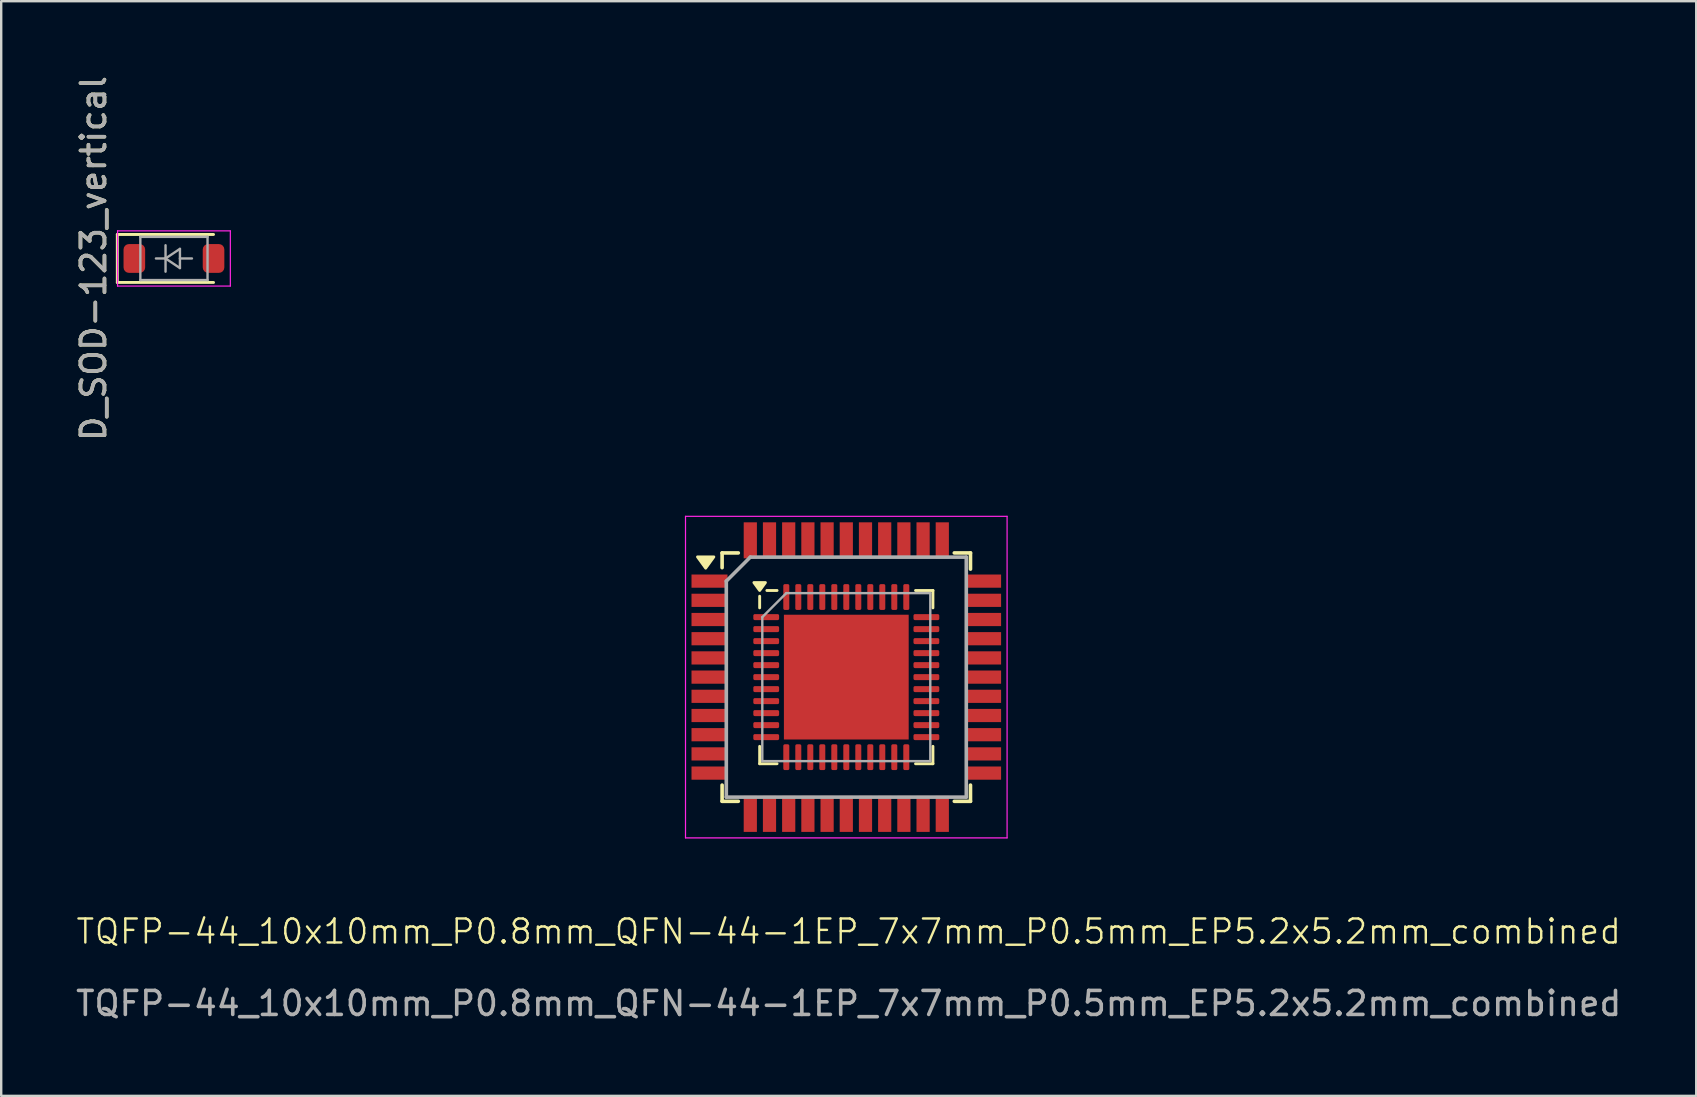
<source format=kicad_pcb>
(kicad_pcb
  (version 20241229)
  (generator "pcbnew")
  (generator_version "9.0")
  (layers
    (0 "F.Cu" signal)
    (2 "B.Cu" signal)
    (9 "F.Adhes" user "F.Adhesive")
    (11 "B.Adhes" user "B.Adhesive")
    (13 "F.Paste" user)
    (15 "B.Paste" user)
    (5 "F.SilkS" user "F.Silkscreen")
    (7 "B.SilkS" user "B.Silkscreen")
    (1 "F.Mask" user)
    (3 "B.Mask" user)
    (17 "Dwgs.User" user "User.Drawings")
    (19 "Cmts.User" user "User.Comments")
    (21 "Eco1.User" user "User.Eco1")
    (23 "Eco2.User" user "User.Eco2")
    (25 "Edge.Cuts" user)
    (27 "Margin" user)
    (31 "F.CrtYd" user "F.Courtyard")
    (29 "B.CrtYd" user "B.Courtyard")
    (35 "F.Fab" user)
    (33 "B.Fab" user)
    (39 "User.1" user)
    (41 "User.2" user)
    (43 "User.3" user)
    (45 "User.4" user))
  (footprint "D_SOD-123_vertical"
    (layer "F.Cu")
    (at 4.148 7.72)
    (property "Reference" "D_SOD-123_vertical" (at -3.3 0 270) (layer "F.SilkS") (effects (font (size 1 1) (thickness 0.15))))
    (attr smd)
    (fp_line (start -2.31 -1) (end -2.31 1) (stroke (width 0.12) (type solid)) (layer "F.SilkS"))
    (fp_line (start -2.31 -1) (end 1.7 -1) (stroke (width 0.12) (type solid)) (layer "F.SilkS"))
    (fp_line (start -2.31 1) (end 1.7 1) (stroke (width 0.12) (type solid)) (layer "F.SilkS"))
    (fp_line (start -2.3 -1.15) (end -2.3 1.15) (stroke (width 0.05) (type solid)) (layer "F.CrtYd"))
    (fp_line (start -2.3 -1.15) (end 2.4 -1.15) (stroke (width 0.05) (type solid)) (layer "F.CrtYd"))
    (fp_line (start 2.4 -1.15) (end 2.4 1.15) (stroke (width 0.05) (type solid)) (layer "F.CrtYd"))
    (fp_line (start 2.4 1.15) (end -2.3 1.15) (stroke (width 0.05) (type solid)) (layer "F.CrtYd"))
    (fp_line (start -1.35 -0.9) (end 1.45 -0.9) (stroke (width 0.1) (type solid)) (layer "F.Fab"))
    (fp_line (start -1.35 0.9) (end -1.35 -0.9) (stroke (width 0.1) (type solid)) (layer "F.Fab"))
    (fp_line (start -0.7 0) (end -0.3 0) (stroke (width 0.1) (type solid)) (layer "F.Fab"))
    (fp_line (start -0.3 0) (end -0.3 -0.55) (stroke (width 0.1) (type solid)) (layer "F.Fab"))
    (fp_line (start -0.3 0) (end -0.3 0.55) (stroke (width 0.1) (type solid)) (layer "F.Fab"))
    (fp_line (start -0.3 0) (end 0.3 -0.4) (stroke (width 0.1) (type solid)) (layer "F.Fab"))
    (fp_line (start 0.3 -0.4) (end 0.3 0.4) (stroke (width 0.1) (type solid)) (layer "F.Fab"))
    (fp_line (start 0.3 0) (end 0.8 0) (stroke (width 0.1) (type solid)) (layer "F.Fab"))
    (fp_line (start 0.3 0.4) (end -0.3 0) (stroke (width 0.1) (type solid)) (layer "F.Fab"))
    (fp_line (start 1.45 -0.9) (end 1.45 0.9) (stroke (width 0.1) (type solid)) (layer "F.Fab"))
    (fp_line (start 1.45 0.9) (end -1.35 0.9) (stroke (width 0.1) (type solid)) (layer "F.Fab"))
    (fp_text user "${REFERENCE}" (at -3.3 0 90) (layer "F.Fab") (effects (font (size 1 1) (thickness 0.15))))
    (pad "1" smd roundrect (at -1.6 0) (size 0.9 1.2) (layers "F.Cu" "F.Mask" "F.Paste") (roundrect_rratio 0.25))
    (pad "2" smd roundrect (at 1.7 0) (size 0.9 1.2) (layers "F.Cu" "F.Mask" "F.Paste") (roundrect_rratio 0.25)))
  (footprint "TQFP-44_10x10mm_P0.8mm_QFN-44-1EP_7x7mm_P0.5mm_EP5.2x5.2mm_combined"
    (layer "F.Cu")
    (at 32.215 25.165)
    (property "Reference" "TQFP-44_10x10mm_P0.8mm_QFN-44-1EP_7x7mm_P0.5mm_EP5.2x5.2mm_combined" (at 0.1 10.6 0) (unlocked yes) (layer "F.SilkS") (effects (font (size 1 1) (thickness 0.1))))
    (attr smd)
    (fp_line (start -5.175 -5.175) (end -5.175 -4.56) (stroke (width 0.15) (type solid)) (layer "F.SilkS"))
    (fp_line (start -5.175 -5.175) (end -4.5 -5.175) (stroke (width 0.15) (type solid)) (layer "F.SilkS"))
    (fp_line (start -5.175 5.175) (end -5.175 4.5) (stroke (width 0.15) (type solid)) (layer "F.SilkS"))
    (fp_line (start -5.175 5.175) (end -4.5 5.175) (stroke (width 0.15) (type solid)) (layer "F.SilkS"))
    (fp_line (start -3.61 -2.885) (end -3.61 -3.37) (stroke (width 0.12) (type solid)) (layer "F.SilkS"))
    (fp_line (start -3.61 3.61) (end -3.61 2.885) (stroke (width 0.12) (type solid)) (layer "F.SilkS"))
    (fp_line (start -2.885 -3.61) (end -3.31 -3.61) (stroke (width 0.12) (type solid)) (layer "F.SilkS"))
    (fp_line (start -2.885 3.61) (end -3.61 3.61) (stroke (width 0.12) (type solid)) (layer "F.SilkS"))
    (fp_line (start 2.885 -3.61) (end 3.61 -3.61) (stroke (width 0.12) (type solid)) (layer "F.SilkS"))
    (fp_line (start 2.885 3.61) (end 3.61 3.61) (stroke (width 0.12) (type solid)) (layer "F.SilkS"))
    (fp_line (start 3.61 -3.61) (end 3.61 -2.885) (stroke (width 0.12) (type solid)) (layer "F.SilkS"))
    (fp_line (start 3.61 3.61) (end 3.61 2.885) (stroke (width 0.12) (type solid)) (layer "F.SilkS"))
    (fp_line (start 5.175 -5.175) (end 4.5 -5.175) (stroke (width 0.15) (type solid)) (layer "F.SilkS"))
    (fp_line (start 5.175 -5.175) (end 5.175 -4.5) (stroke (width 0.15) (type solid)) (layer "F.SilkS"))
    (fp_line (start 5.175 5.175) (end 4.5 5.175) (stroke (width 0.15) (type solid)) (layer "F.SilkS"))
    (fp_line (start 5.175 5.175) (end 5.175 4.5) (stroke (width 0.15) (type solid)) (layer "F.SilkS"))
    (fp_poly (pts (xy -5.86 -4.54) (xy -6.2 -5.01) (xy -5.52 -5.01) (xy -5.86 -4.54)) (stroke (width 0.12) (type solid)) (fill yes) (layer "F.SilkS"))
    (fp_poly (pts (xy -3.61 -3.61) (xy -3.85 -3.94) (xy -3.37 -3.94) (xy -3.61 -3.61)) (stroke (width 0.12) (type solid)) (fill yes) (layer "F.SilkS"))
    (fp_line (start -6.7 -6.7) (end -6.7 6.7) (stroke (width 0.05) (type solid)) (layer "F.CrtYd"))
    (fp_line (start -6.7 -6.7) (end 6.7 -6.7) (stroke (width 0.05) (type solid)) (layer "F.CrtYd"))
    (fp_line (start -6.7 6.7) (end 6.7 6.7) (stroke (width 0.05) (type solid)) (layer "F.CrtYd"))
    (fp_line (start 6.7 -6.7) (end 6.7 6.7) (stroke (width 0.05) (type solid)) (layer "F.CrtYd"))
    (fp_line (start -5 -4) (end -4 -5) (stroke (width 0.15) (type solid)) (layer "F.Fab"))
    (fp_line (start -5 5) (end -5 -4) (stroke (width 0.15) (type solid)) (layer "F.Fab"))
    (fp_line (start -4 -5) (end 5 -5) (stroke (width 0.15) (type solid)) (layer "F.Fab"))
    (fp_line (start -3.5 -2.5) (end -2.5 -3.5) (stroke (width 0.1) (type solid)) (layer "F.Fab"))
    (fp_line (start -3.5 3.5) (end -3.5 -2.5) (stroke (width 0.1) (type solid)) (layer "F.Fab"))
    (fp_line (start -2.5 -3.5) (end 3.5 -3.5) (stroke (width 0.1) (type solid)) (layer "F.Fab"))
    (fp_line (start 3.5 -3.5) (end 3.5 3.5) (stroke (width 0.1) (type solid)) (layer "F.Fab"))
    (fp_line (start 3.5 3.5) (end -3.5 3.5) (stroke (width 0.1) (type solid)) (layer "F.Fab"))
    (fp_line (start 5 -5) (end 5 5) (stroke (width 0.15) (type solid)) (layer "F.Fab"))
    (fp_line (start 5 5) (end -5 5) (stroke (width 0.15) (type solid)) (layer "F.Fab"))
    (fp_text user "${REFERENCE}" (at 0.1 13.6 0) (unlocked yes) (layer "F.Fab") (effects (font (size 1 1) (thickness 0.15))))
    (pad "" smd roundrect (at -1.95 -1.95) (size 1.05 1.05) (layers "F.Paste") (roundrect_rratio 0.238))
    (pad "" smd roundrect (at -1.95 -0.65) (size 1.05 1.05) (layers "F.Paste") (roundrect_rratio 0.238))
    (pad "" smd roundrect (at -1.95 0.65) (size 1.05 1.05) (layers "F.Paste") (roundrect_rratio 0.238))
    (pad "" smd roundrect (at -1.95 1.95) (size 1.05 1.05) (layers "F.Paste") (roundrect_rratio 0.238))
    (pad "" smd roundrect (at -0.65 -1.95) (size 1.05 1.05) (layers "F.Paste") (roundrect_rratio 0.238))
    (pad "" smd roundrect (at -0.65 -0.65) (size 1.05 1.05) (layers "F.Paste") (roundrect_rratio 0.238))
    (pad "" smd roundrect (at -0.65 0.65) (size 1.05 1.05) (layers "F.Paste") (roundrect_rratio 0.238))
    (pad "" smd roundrect (at -0.65 1.95) (size 1.05 1.05) (layers "F.Paste") (roundrect_rratio 0.238))
    (pad "" smd roundrect (at 0.65 -1.95) (size 1.05 1.05) (layers "F.Paste") (roundrect_rratio 0.238))
    (pad "" smd roundrect (at 0.65 -0.65) (size 1.05 1.05) (layers "F.Paste") (roundrect_rratio 0.238))
    (pad "" smd roundrect (at 0.65 0.65) (size 1.05 1.05) (layers "F.Paste") (roundrect_rratio 0.238))
    (pad "" smd roundrect (at 0.65 1.95) (size 1.05 1.05) (layers "F.Paste") (roundrect_rratio 0.238))
    (pad "" smd roundrect (at 1.95 -1.95) (size 1.05 1.05) (layers "F.Paste") (roundrect_rratio 0.238))
    (pad "" smd roundrect (at 1.95 -0.65) (size 1.05 1.05) (layers "F.Paste") (roundrect_rratio 0.238))
    (pad "" smd roundrect (at 1.95 0.65) (size 1.05 1.05) (layers "F.Paste") (roundrect_rratio 0.238))
    (pad "" smd roundrect (at 1.95 1.95) (size 1.05 1.05) (layers "F.Paste") (roundrect_rratio 0.238))
    (pad "1" smd rect (at -5.7 -4) (size 1.5 0.55) (layers "F.Cu" "F.Mask" "F.Paste"))
    (pad "1" smd roundrect (at -3.337 -2.5) (size 1.075 0.25) (layers "F.Cu" "F.Mask" "F.Paste") (roundrect_rratio 0.25))
    (pad "2" smd rect (at -5.7 -3.2) (size 1.5 0.55) (layers "F.Cu" "F.Mask" "F.Paste"))
    (pad "2" smd roundrect (at -3.337 -2) (size 1.075 0.25) (layers "F.Cu" "F.Mask" "F.Paste") (roundrect_rratio 0.25))
    (pad "3" smd rect (at -5.7 -2.4) (size 1.5 0.55) (layers "F.Cu" "F.Mask" "F.Paste"))
    (pad "3" smd roundrect (at -3.337 -1.5) (size 1.075 0.25) (layers "F.Cu" "F.Mask" "F.Paste") (roundrect_rratio 0.25))
    (pad "4" smd rect (at -5.7 -1.6) (size 1.5 0.55) (layers "F.Cu" "F.Mask" "F.Paste"))
    (pad "4" smd roundrect (at -3.337 -1) (size 1.075 0.25) (layers "F.Cu" "F.Mask" "F.Paste") (roundrect_rratio 0.25))
    (pad "5" smd rect (at -5.7 -0.8) (size 1.5 0.55) (layers "F.Cu" "F.Mask" "F.Paste"))
    (pad "5" smd roundrect (at -3.337 -0.5) (size 1.075 0.25) (layers "F.Cu" "F.Mask" "F.Paste") (roundrect_rratio 0.25))
    (pad "6" smd rect (at -5.7 0) (size 1.5 0.55) (layers "F.Cu" "F.Mask" "F.Paste"))
    (pad "6" smd roundrect (at -3.337 0) (size 1.075 0.25) (layers "F.Cu" "F.Mask" "F.Paste") (roundrect_rratio 0.25))
    (pad "7" smd rect (at -5.7 0.8) (size 1.5 0.55) (layers "F.Cu" "F.Mask" "F.Paste"))
    (pad "7" smd roundrect (at -3.337 0.5) (size 1.075 0.25) (layers "F.Cu" "F.Mask" "F.Paste") (roundrect_rratio 0.25))
    (pad "8" smd rect (at -5.7 1.6) (size 1.5 0.55) (layers "F.Cu" "F.Mask" "F.Paste"))
    (pad "8" smd roundrect (at -3.337 1) (size 1.075 0.25) (layers "F.Cu" "F.Mask" "F.Paste") (roundrect_rratio 0.25))
    (pad "9" smd rect (at -5.7 2.4) (size 1.5 0.55) (layers "F.Cu" "F.Mask" "F.Paste"))
    (pad "9" smd roundrect (at -3.337 1.5) (size 1.075 0.25) (layers "F.Cu" "F.Mask" "F.Paste") (roundrect_rratio 0.25))
    (pad "10" smd rect (at -5.7 3.2) (size 1.5 0.55) (layers "F.Cu" "F.Mask" "F.Paste"))
    (pad "10" smd roundrect (at -3.337 2) (size 1.075 0.25) (layers "F.Cu" "F.Mask" "F.Paste") (roundrect_rratio 0.25))
    (pad "11" smd rect (at -5.7 4) (size 1.5 0.55) (layers "F.Cu" "F.Mask" "F.Paste"))
    (pad "11" smd roundrect (at -3.337 2.5) (size 1.075 0.25) (layers "F.Cu" "F.Mask" "F.Paste") (roundrect_rratio 0.25))
    (pad "12" smd rect (at -4 5.7 90) (size 1.5 0.55) (layers "F.Cu" "F.Mask" "F.Paste"))
    (pad "12" smd roundrect (at -2.5 3.337) (size 0.25 1.075) (layers "F.Cu" "F.Mask" "F.Paste") (roundrect_rratio 0.25))
    (pad "13" smd rect (at -3.2 5.7 90) (size 1.5 0.55) (layers "F.Cu" "F.Mask" "F.Paste"))
    (pad "13" smd roundrect (at -2 3.337) (size 0.25 1.075) (layers "F.Cu" "F.Mask" "F.Paste") (roundrect_rratio 0.25))
    (pad "14" smd rect (at -2.4 5.7 90) (size 1.5 0.55) (layers "F.Cu" "F.Mask" "F.Paste"))
    (pad "14" smd roundrect (at -1.5 3.337) (size 0.25 1.075) (layers "F.Cu" "F.Mask" "F.Paste") (roundrect_rratio 0.25))
    (pad "15" smd rect (at -1.6 5.7 90) (size 1.5 0.55) (layers "F.Cu" "F.Mask" "F.Paste"))
    (pad "15" smd roundrect (at -1 3.337) (size 0.25 1.075) (layers "F.Cu" "F.Mask" "F.Paste") (roundrect_rratio 0.25))
    (pad "16" smd rect (at -0.8 5.7 90) (size 1.5 0.55) (layers "F.Cu" "F.Mask" "F.Paste"))
    (pad "16" smd roundrect (at -0.5 3.337) (size 0.25 1.075) (layers "F.Cu" "F.Mask" "F.Paste") (roundrect_rratio 0.25))
    (pad "17" smd roundrect (at 0 3.337) (size 0.25 1.075) (layers "F.Cu" "F.Mask" "F.Paste") (roundrect_rratio 0.25))
    (pad "17" smd rect (at 0 5.7 90) (size 1.5 0.55) (layers "F.Cu" "F.Mask" "F.Paste"))
    (pad "18" smd roundrect (at 0.5 3.337) (size 0.25 1.075) (layers "F.Cu" "F.Mask" "F.Paste") (roundrect_rratio 0.25))
    (pad "18" smd rect (at 0.8 5.7 90) (size 1.5 0.55) (layers "F.Cu" "F.Mask" "F.Paste"))
    (pad "19" smd roundrect (at 1 3.337) (size 0.25 1.075) (layers "F.Cu" "F.Mask" "F.Paste") (roundrect_rratio 0.25))
    (pad "19" smd rect (at 1.6 5.7 90) (size 1.5 0.55) (layers "F.Cu" "F.Mask" "F.Paste"))
    (pad "20" smd roundrect (at 1.5 3.337) (size 0.25 1.075) (layers "F.Cu" "F.Mask" "F.Paste") (roundrect_rratio 0.25))
    (pad "20" smd rect (at 2.4 5.7 90) (size 1.5 0.55) (layers "F.Cu" "F.Mask" "F.Paste"))
    (pad "21" smd roundrect (at 2 3.337) (size 0.25 1.075) (layers "F.Cu" "F.Mask" "F.Paste") (roundrect_rratio 0.25))
    (pad "21" smd rect (at 3.2 5.7 90) (size 1.5 0.55) (layers "F.Cu" "F.Mask" "F.Paste"))
    (pad "22" smd roundrect (at 2.5 3.337) (size 0.25 1.075) (layers "F.Cu" "F.Mask" "F.Paste") (roundrect_rratio 0.25))
    (pad "22" smd rect (at 4 5.7 90) (size 1.5 0.55) (layers "F.Cu" "F.Mask" "F.Paste"))
    (pad "23" smd roundrect (at 3.337 2.5) (size 1.075 0.25) (layers "F.Cu" "F.Mask" "F.Paste") (roundrect_rratio 0.25))
    (pad "23" smd rect (at 5.7 4) (size 1.5 0.55) (layers "F.Cu" "F.Mask" "F.Paste"))
    (pad "24" smd roundrect (at 3.337 2) (size 1.075 0.25) (layers "F.Cu" "F.Mask" "F.Paste") (roundrect_rratio 0.25))
    (pad "24" smd rect (at 5.7 3.2) (size 1.5 0.55) (layers "F.Cu" "F.Mask" "F.Paste"))
    (pad "25" smd roundrect (at 3.337 1.5) (size 1.075 0.25) (layers "F.Cu" "F.Mask" "F.Paste") (roundrect_rratio 0.25))
    (pad "25" smd rect (at 5.7 2.4) (size 1.5 0.55) (layers "F.Cu" "F.Mask" "F.Paste"))
    (pad "26" smd roundrect (at 3.337 1) (size 1.075 0.25) (layers "F.Cu" "F.Mask" "F.Paste") (roundrect_rratio 0.25))
    (pad "26" smd rect (at 5.7 1.6) (size 1.5 0.55) (layers "F.Cu" "F.Mask" "F.Paste"))
    (pad "27" smd roundrect (at 3.337 0.5) (size 1.075 0.25) (layers "F.Cu" "F.Mask" "F.Paste") (roundrect_rratio 0.25))
    (pad "27" smd rect (at 5.7 0.8) (size 1.5 0.55) (layers "F.Cu" "F.Mask" "F.Paste"))
    (pad "28" smd roundrect (at 3.337 0) (size 1.075 0.25) (layers "F.Cu" "F.Mask" "F.Paste") (roundrect_rratio 0.25))
    (pad "28" smd rect (at 5.7 0) (size 1.5 0.55) (layers "F.Cu" "F.Mask" "F.Paste"))
    (pad "29" smd roundrect (at 3.337 -0.5) (size 1.075 0.25) (layers "F.Cu" "F.Mask" "F.Paste") (roundrect_rratio 0.25))
    (pad "29" smd rect (at 5.7 -0.8) (size 1.5 0.55) (layers "F.Cu" "F.Mask" "F.Paste"))
    (pad "30" smd roundrect (at 3.337 -1) (size 1.075 0.25) (layers "F.Cu" "F.Mask" "F.Paste") (roundrect_rratio 0.25))
    (pad "30" smd rect (at 5.7 -1.6) (size 1.5 0.55) (layers "F.Cu" "F.Mask" "F.Paste"))
    (pad "31" smd roundrect (at 3.337 -1.5) (size 1.075 0.25) (layers "F.Cu" "F.Mask" "F.Paste") (roundrect_rratio 0.25))
    (pad "31" smd rect (at 5.7 -2.4) (size 1.5 0.55) (layers "F.Cu" "F.Mask" "F.Paste"))
    (pad "32" smd roundrect (at 3.337 -2) (size 1.075 0.25) (layers "F.Cu" "F.Mask" "F.Paste") (roundrect_rratio 0.25))
    (pad "32" smd rect (at 5.7 -3.2) (size 1.5 0.55) (layers "F.Cu" "F.Mask" "F.Paste"))
    (pad "33" smd roundrect (at 3.337 -2.5) (size 1.075 0.25) (layers "F.Cu" "F.Mask" "F.Paste") (roundrect_rratio 0.25))
    (pad "33" smd rect (at 5.7 -4) (size 1.5 0.55) (layers "F.Cu" "F.Mask" "F.Paste"))
    (pad "34" smd roundrect (at 2.5 -3.337) (size 0.25 1.075) (layers "F.Cu" "F.Mask" "F.Paste") (roundrect_rratio 0.25))
    (pad "34" smd rect (at 4 -5.7 90) (size 1.5 0.55) (layers "F.Cu" "F.Mask" "F.Paste"))
    (pad "35" smd roundrect (at 2 -3.337) (size 0.25 1.075) (layers "F.Cu" "F.Mask" "F.Paste") (roundrect_rratio 0.25))
    (pad "35" smd rect (at 3.2 -5.7 90) (size 1.5 0.55) (layers "F.Cu" "F.Mask" "F.Paste"))
    (pad "36" smd roundrect (at 1.5 -3.337) (size 0.25 1.075) (layers "F.Cu" "F.Mask" "F.Paste") (roundrect_rratio 0.25))
    (pad "36" smd rect (at 2.4 -5.7 90) (size 1.5 0.55) (layers "F.Cu" "F.Mask" "F.Paste"))
    (pad "37" smd roundrect (at 1 -3.337) (size 0.25 1.075) (layers "F.Cu" "F.Mask" "F.Paste") (roundrect_rratio 0.25))
    (pad "37" smd rect (at 1.6 -5.7 90) (size 1.5 0.55) (layers "F.Cu" "F.Mask" "F.Paste"))
    (pad "38" smd roundrect (at 0.5 -3.337) (size 0.25 1.075) (layers "F.Cu" "F.Mask" "F.Paste") (roundrect_rratio 0.25))
    (pad "38" smd rect (at 0.8 -5.7 90) (size 1.5 0.55) (layers "F.Cu" "F.Mask" "F.Paste"))
    (pad "39" smd rect (at 0 -5.7 90) (size 1.5 0.55) (layers "F.Cu" "F.Mask" "F.Paste"))
    (pad "39" smd roundrect (at 0 -3.337) (size 0.25 1.075) (layers "F.Cu" "F.Mask" "F.Paste") (roundrect_rratio 0.25))
    (pad "40" smd rect (at -0.8 -5.7 90) (size 1.5 0.55) (layers "F.Cu" "F.Mask" "F.Paste"))
    (pad "40" smd roundrect (at -0.5 -3.337) (size 0.25 1.075) (layers "F.Cu" "F.Mask" "F.Paste") (roundrect_rratio 0.25))
    (pad "41" smd rect (at -1.6 -5.7 90) (size 1.5 0.55) (layers "F.Cu" "F.Mask" "F.Paste"))
    (pad "41" smd roundrect (at -1 -3.337) (size 0.25 1.075) (layers "F.Cu" "F.Mask" "F.Paste") (roundrect_rratio 0.25))
    (pad "42" smd rect (at -2.4 -5.7 90) (size 1.5 0.55) (layers "F.Cu" "F.Mask" "F.Paste"))
    (pad "42" smd roundrect (at -1.5 -3.337) (size 0.25 1.075) (layers "F.Cu" "F.Mask" "F.Paste") (roundrect_rratio 0.25))
    (pad "43" smd rect (at -3.2 -5.7 90) (size 1.5 0.55) (layers "F.Cu" "F.Mask" "F.Paste"))
    (pad "43" smd roundrect (at -2 -3.337) (size 0.25 1.075) (layers "F.Cu" "F.Mask" "F.Paste") (roundrect_rratio 0.25))
    (pad "44" smd rect (at -4 -5.7 90) (size 1.5 0.55) (layers "F.Cu" "F.Mask" "F.Paste"))
    (pad "44" smd roundrect (at -2.5 -3.337) (size 0.25 1.075) (layers "F.Cu" "F.Mask" "F.Paste") (roundrect_rratio 0.25))
    (pad "45" smd rect (at 0 0) (size 5.2 5.2) (property pad_prop_heatsink) (layers "F.Cu" "F.Mask")))
  (gr_rect
    (start -3 -3)
    (end 67.631 42.614)
    (stroke (width 0.1) (type default))
    (fill no)
    (layer "Edge.Cuts")))
</source>
